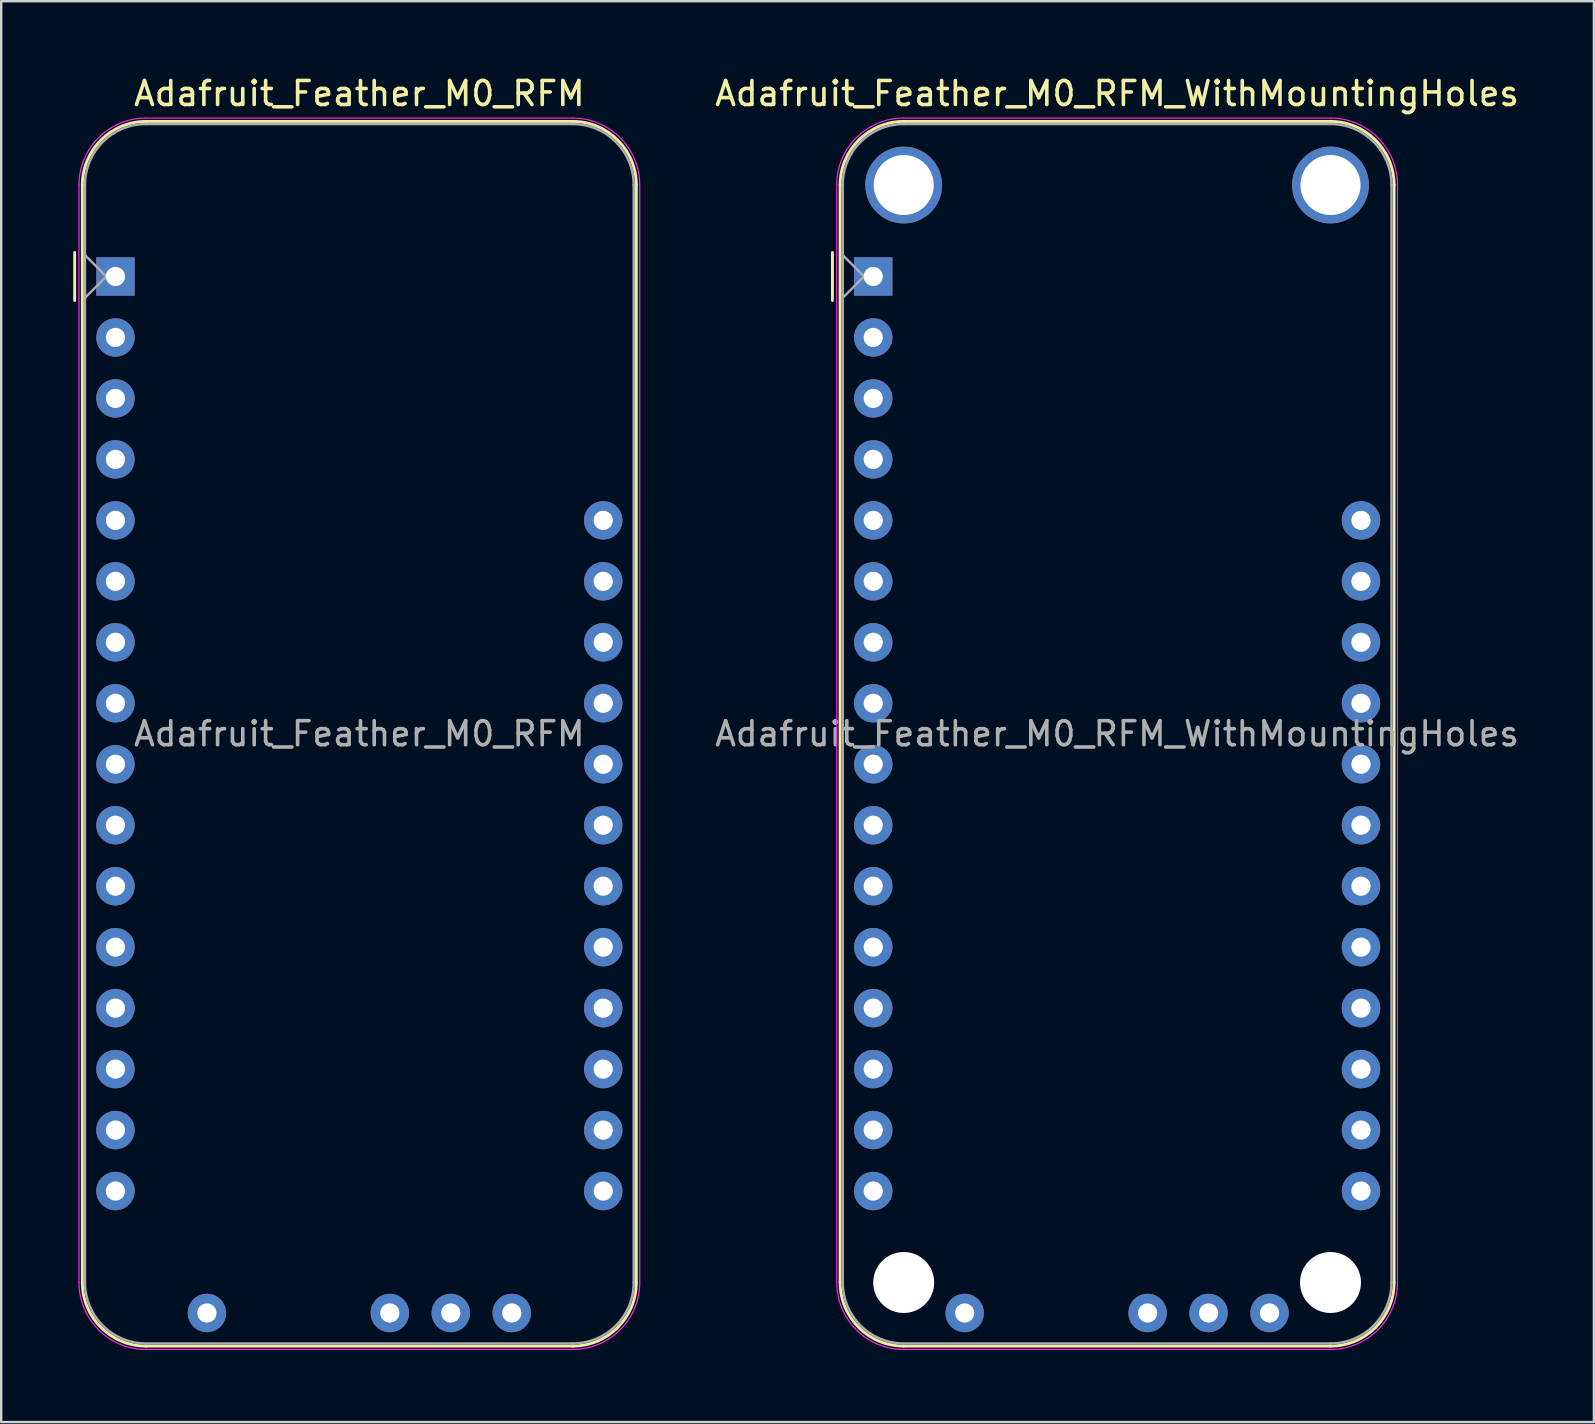
<source format=kicad_pcb>
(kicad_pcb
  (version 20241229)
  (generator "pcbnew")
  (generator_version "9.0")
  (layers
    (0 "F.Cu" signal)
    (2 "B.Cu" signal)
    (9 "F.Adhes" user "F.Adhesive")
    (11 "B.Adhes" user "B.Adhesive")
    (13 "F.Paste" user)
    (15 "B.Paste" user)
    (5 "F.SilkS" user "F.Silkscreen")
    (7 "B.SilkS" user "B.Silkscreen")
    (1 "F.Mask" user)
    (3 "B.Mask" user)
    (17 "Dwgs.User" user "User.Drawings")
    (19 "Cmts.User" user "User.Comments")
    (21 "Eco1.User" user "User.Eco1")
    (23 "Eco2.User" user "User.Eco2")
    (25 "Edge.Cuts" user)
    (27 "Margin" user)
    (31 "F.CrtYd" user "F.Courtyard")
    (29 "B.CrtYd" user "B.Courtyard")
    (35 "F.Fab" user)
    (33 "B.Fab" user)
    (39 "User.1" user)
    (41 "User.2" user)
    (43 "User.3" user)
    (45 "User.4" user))
  (footprint "Adafruit_Feather_M0_RFM"
    (layer "F.Cu")
    (at 1.76 8.468)
    (property "Reference" "Adafruit_Feather_M0_RFM" (at 10.16 -7.62 0) (layer "F.SilkS") (effects (font (size 1 1) (thickness 0.15))))
    (attr through_hole)
    (fp_line (start -1.7 1) (end -1.7 -1) (stroke (width 0.12) (type solid)) (layer "F.SilkS"))
    (fp_line (start -1.38 -3.81) (end -1.38 41.91) (stroke (width 0.12) (type solid)) (layer "F.SilkS"))
    (fp_line (start 19.05 -6.46) (end 1.27 -6.46) (stroke (width 0.12) (type solid)) (layer "F.SilkS"))
    (fp_line (start 19.05 44.56) (end 1.27 44.56) (stroke (width 0.12) (type solid)) (layer "F.SilkS"))
    (fp_line (start 21.7 -3.81) (end 21.7 41.91) (stroke (width 0.12) (type solid)) (layer "F.SilkS"))
    (fp_arc (start -1.38 -3.81) (mid -0.603833 -5.683833) (end 1.27 -6.46) (stroke (width 0.12) (type solid)) (layer "F.SilkS"))
    (fp_arc (start 1.27 44.56) (mid -0.603833 43.783833) (end -1.38 41.91) (stroke (width 0.12) (type solid)) (layer "F.SilkS"))
    (fp_arc (start 19.05 -6.46) (mid 20.923833 -5.683833) (end 21.7 -3.81) (stroke (width 0.12) (type solid)) (layer "F.SilkS"))
    (fp_arc (start 21.7 41.91) (mid 20.923833 43.783833) (end 19.05 44.56) (stroke (width 0.12) (type solid)) (layer "F.SilkS"))
    (fp_line (start -1.52 41.91) (end -1.52 -3.81) (stroke (width 0.05) (type solid)) (layer "F.CrtYd"))
    (fp_line (start 19.05 -6.6) (end 1.27 -6.6) (stroke (width 0.05) (type solid)) (layer "F.CrtYd"))
    (fp_line (start 19.05 44.7) (end 1.27 44.7) (stroke (width 0.05) (type solid)) (layer "F.CrtYd"))
    (fp_line (start 21.84 41.91) (end 21.84 -3.81) (stroke (width 0.05) (type solid)) (layer "F.CrtYd"))
    (fp_arc (start -1.52 -3.81) (mid -0.702828 -5.782828) (end 1.27 -6.6) (stroke (width 0.05) (type solid)) (layer "F.CrtYd"))
    (fp_arc (start 1.27 44.7) (mid -0.702828 43.882828) (end -1.52 41.91) (stroke (width 0.05) (type solid)) (layer "F.CrtYd"))
    (fp_arc (start 19.05 -6.6) (mid 21.022828 -5.782828) (end 21.84 -3.81) (stroke (width 0.05) (type solid)) (layer "F.CrtYd"))
    (fp_arc (start 21.84 41.91) (mid 21.022828 43.882828) (end 19.05 44.7) (stroke (width 0.05) (type solid)) (layer "F.CrtYd"))
    (fp_line (start -1.27 -3.81) (end -1.27 41.91) (stroke (width 0.1) (type solid)) (layer "F.Fab"))
    (fp_line (start -1.27 -0.889) (end -0.381 0) (stroke (width 0.1) (type solid)) (layer "F.Fab"))
    (fp_line (start -0.381 0) (end -1.27 0.889) (stroke (width 0.1) (type solid)) (layer "F.Fab"))
    (fp_line (start 1.27 44.45) (end 19.05 44.45) (stroke (width 0.1) (type solid)) (layer "F.Fab"))
    (fp_line (start 19.05 -6.35) (end 1.27 -6.35) (stroke (width 0.1) (type solid)) (layer "F.Fab"))
    (fp_line (start 21.59 41.91) (end 21.59 -3.81) (stroke (width 0.1) (type solid)) (layer "F.Fab"))
    (fp_arc (start -1.27 -3.81) (mid -0.526051 -5.606051) (end 1.27 -6.35) (stroke (width 0.1) (type solid)) (layer "F.Fab"))
    (fp_arc (start 1.221238 44.449532) (mid -0.543209 43.688728) (end -1.27 41.91) (stroke (width 0.1) (type solid)) (layer "F.Fab"))
    (fp_arc (start 19.05 -6.35) (mid 20.846051 -5.606051) (end 21.59 -3.81) (stroke (width 0.1) (type solid)) (layer "F.Fab"))
    (fp_arc (start 21.59 41.91) (mid 20.846051 43.706051) (end 19.05 44.45) (stroke (width 0.1) (type solid)) (layer "F.Fab"))
    (fp_text user "${REFERENCE}" (at 10.16 19.05 180) (layer "F.Fab") (effects (font (size 1 1) (thickness 0.15))))
    (pad "1" thru_hole rect (at 0 0 180) (size 1.6 1.6) (drill 0.8) (layers "*.Cu" "*.Mask"))
    (pad "2" thru_hole circle (at 0 2.54 180) (size 1.6 1.6) (drill 0.8) (layers "*.Cu" "*.Mask"))
    (pad "3" thru_hole circle (at 0 5.08 180) (size 1.6 1.6) (drill 0.8) (layers "*.Cu" "*.Mask"))
    (pad "4" thru_hole circle (at 0 7.62 180) (size 1.6 1.6) (drill 0.8) (layers "*.Cu" "*.Mask"))
    (pad "5" thru_hole circle (at 0 10.16 180) (size 1.6 1.6) (drill 0.8) (layers "*.Cu" "*.Mask"))
    (pad "6" thru_hole circle (at 0 12.7 180) (size 1.6 1.6) (drill 0.8) (layers "*.Cu" "*.Mask"))
    (pad "7" thru_hole circle (at 0 15.24 180) (size 1.6 1.6) (drill 0.8) (layers "*.Cu" "*.Mask"))
    (pad "8" thru_hole circle (at 0 17.78 180) (size 1.6 1.6) (drill 0.8) (layers "*.Cu" "*.Mask"))
    (pad "9" thru_hole circle (at 0 20.32 180) (size 1.6 1.6) (drill 0.8) (layers "*.Cu" "*.Mask"))
    (pad "10" thru_hole circle (at 0 22.86 180) (size 1.6 1.6) (drill 0.8) (layers "*.Cu" "*.Mask"))
    (pad "11" thru_hole circle (at 0 25.4 180) (size 1.6 1.6) (drill 0.8) (layers "*.Cu" "*.Mask"))
    (pad "12" thru_hole circle (at 0 27.94 180) (size 1.6 1.6) (drill 0.8) (layers "*.Cu" "*.Mask"))
    (pad "13" thru_hole circle (at 0 30.48 180) (size 1.6 1.6) (drill 0.8) (layers "*.Cu" "*.Mask"))
    (pad "14" thru_hole circle (at 0 33.02 180) (size 1.6 1.6) (drill 0.8) (layers "*.Cu" "*.Mask"))
    (pad "15" thru_hole circle (at 0 35.56 180) (size 1.6 1.6) (drill 0.8) (layers "*.Cu" "*.Mask"))
    (pad "16" thru_hole circle (at 0 38.1 180) (size 1.6 1.6) (drill 0.8) (layers "*.Cu" "*.Mask"))
    (pad "17" thru_hole circle (at 20.32 38.1 180) (size 1.6 1.6) (drill 0.8) (layers "*.Cu" "*.Mask"))
    (pad "18" thru_hole circle (at 20.32 35.56 180) (size 1.6 1.6) (drill 0.8) (layers "*.Cu" "*.Mask"))
    (pad "19" thru_hole circle (at 20.32 33.02 180) (size 1.6 1.6) (drill 0.8) (layers "*.Cu" "*.Mask"))
    (pad "20" thru_hole circle (at 20.32 30.48 180) (size 1.6 1.6) (drill 0.8) (layers "*.Cu" "*.Mask"))
    (pad "21" thru_hole circle (at 20.32 27.94 180) (size 1.6 1.6) (drill 0.8) (layers "*.Cu" "*.Mask"))
    (pad "22" thru_hole circle (at 20.32 25.4 180) (size 1.6 1.6) (drill 0.8) (layers "*.Cu" "*.Mask"))
    (pad "23" thru_hole circle (at 20.32 22.86 180) (size 1.6 1.6) (drill 0.8) (layers "*.Cu" "*.Mask"))
    (pad "24" thru_hole circle (at 20.32 20.32 180) (size 1.6 1.6) (drill 0.8) (layers "*.Cu" "*.Mask"))
    (pad "25" thru_hole circle (at 20.32 17.78 180) (size 1.6 1.6) (drill 0.8) (layers "*.Cu" "*.Mask"))
    (pad "26" thru_hole circle (at 20.32 15.24 180) (size 1.6 1.6) (drill 0.8) (layers "*.Cu" "*.Mask"))
    (pad "27" thru_hole circle (at 20.32 12.7 180) (size 1.6 1.6) (drill 0.8) (layers "*.Cu" "*.Mask"))
    (pad "28" thru_hole circle (at 20.32 10.16 180) (size 1.6 1.6) (drill 0.8) (layers "*.Cu" "*.Mask"))
    (pad "29" thru_hole circle (at 3.81 43.18 180) (size 1.6 1.6) (drill 0.8) (layers "*.Cu" "*.Mask"))
    (pad "30" thru_hole circle (at 11.43 43.18 180) (size 1.6 1.6) (drill 0.8) (layers "*.Cu" "*.Mask"))
    (pad "31" thru_hole circle (at 13.97 43.18 180) (size 1.6 1.6) (drill 0.8) (layers "*.Cu" "*.Mask"))
    (pad "32" thru_hole circle (at 16.51 43.18 180) (size 1.6 1.6) (drill 0.8) (layers "*.Cu" "*.Mask")))
  (footprint "Adafruit_Feather_M0_RFM_WithMountingHoles"
    (layer "F.Cu")
    (at 33.328 8.468)
    (property "Reference" "Adafruit_Feather_M0_RFM_WithMountingHoles" (at 10.16 -7.62 0) (layer "F.SilkS") (effects (font (size 1 1) (thickness 0.15))))
    (attr through_hole)
    (fp_line (start -1.7 1) (end -1.7 -1) (stroke (width 0.12) (type solid)) (layer "F.SilkS"))
    (fp_line (start -1.38 -3.81) (end -1.38 41.91) (stroke (width 0.12) (type solid)) (layer "F.SilkS"))
    (fp_line (start 19.05 -6.46) (end 1.27 -6.46) (stroke (width 0.12) (type solid)) (layer "F.SilkS"))
    (fp_line (start 19.05 44.56) (end 1.27 44.56) (stroke (width 0.12) (type solid)) (layer "F.SilkS"))
    (fp_line (start 21.7 -3.81) (end 21.7 41.91) (stroke (width 0.12) (type solid)) (layer "F.SilkS"))
    (fp_arc (start -1.38 -3.81) (mid -0.603833 -5.683833) (end 1.27 -6.46) (stroke (width 0.12) (type solid)) (layer "F.SilkS"))
    (fp_arc (start 1.27 44.56) (mid -0.603833 43.783833) (end -1.38 41.91) (stroke (width 0.12) (type solid)) (layer "F.SilkS"))
    (fp_arc (start 19.05 -6.46) (mid 20.923833 -5.683833) (end 21.7 -3.81) (stroke (width 0.12) (type solid)) (layer "F.SilkS"))
    (fp_arc (start 21.7 41.91) (mid 20.923833 43.783833) (end 19.05 44.56) (stroke (width 0.12) (type solid)) (layer "F.SilkS"))
    (fp_line (start -1.52 41.91) (end -1.52 -3.81) (stroke (width 0.05) (type solid)) (layer "F.CrtYd"))
    (fp_line (start 19.05 -6.6) (end 1.27 -6.6) (stroke (width 0.05) (type solid)) (layer "F.CrtYd"))
    (fp_line (start 19.05 44.7) (end 1.27 44.7) (stroke (width 0.05) (type solid)) (layer "F.CrtYd"))
    (fp_line (start 21.84 41.91) (end 21.84 -3.81) (stroke (width 0.05) (type solid)) (layer "F.CrtYd"))
    (fp_arc (start -1.52 -3.81) (mid -0.702828 -5.782828) (end 1.27 -6.6) (stroke (width 0.05) (type solid)) (layer "F.CrtYd"))
    (fp_arc (start 1.27 44.7) (mid -0.702828 43.882828) (end -1.52 41.91) (stroke (width 0.05) (type solid)) (layer "F.CrtYd"))
    (fp_arc (start 19.05 -6.6) (mid 21.022828 -5.782828) (end 21.84 -3.81) (stroke (width 0.05) (type solid)) (layer "F.CrtYd"))
    (fp_arc (start 21.84 41.91) (mid 21.022828 43.882828) (end 19.05 44.7) (stroke (width 0.05) (type solid)) (layer "F.CrtYd"))
    (fp_line (start -1.27 -3.81) (end -1.27 41.91) (stroke (width 0.1) (type solid)) (layer "F.Fab"))
    (fp_line (start -1.27 -0.889) (end -0.381 0) (stroke (width 0.1) (type solid)) (layer "F.Fab"))
    (fp_line (start -0.381 0) (end -1.27 0.889) (stroke (width 0.1) (type solid)) (layer "F.Fab"))
    (fp_line (start 1.27 44.45) (end 19.05 44.45) (stroke (width 0.1) (type solid)) (layer "F.Fab"))
    (fp_line (start 19.05 -6.35) (end 1.27 -6.35) (stroke (width 0.1) (type solid)) (layer "F.Fab"))
    (fp_line (start 21.59 41.91) (end 21.59 -3.81) (stroke (width 0.1) (type solid)) (layer "F.Fab"))
    (fp_arc (start -1.27 -3.81) (mid -0.526051 -5.606051) (end 1.27 -6.35) (stroke (width 0.1) (type solid)) (layer "F.Fab"))
    (fp_arc (start 1.221238 44.449532) (mid -0.543209 43.688728) (end -1.27 41.91) (stroke (width 0.1) (type solid)) (layer "F.Fab"))
    (fp_arc (start 19.05 -6.35) (mid 20.846051 -5.606051) (end 21.59 -3.81) (stroke (width 0.1) (type solid)) (layer "F.Fab"))
    (fp_arc (start 21.59 41.91) (mid 20.846051 43.706051) (end 19.05 44.45) (stroke (width 0.1) (type solid)) (layer "F.Fab"))
    (fp_text user "${REFERENCE}" (at 10.16 19.05 180) (layer "F.Fab") (effects (font (size 1 1) (thickness 0.15))))
    (pad "" np_thru_hole circle (at 1.27 -3.81 270) (size 3.2 3.2) (drill 2.5) (layers "*.Cu" "*.Mask"))
    (pad "" np_thru_hole circle (at 1.27 41.91 270) (size 2.54 2.54) (drill 2.54) (layers "*.Cu" "*.Mask"))
    (pad "" np_thru_hole circle (at 19.05 -3.81 270) (size 3.2 3.2) (drill 2.5) (layers "*.Cu" "*.Mask"))
    (pad "" np_thru_hole circle (at 19.05 41.91 270) (size 2.54 2.54) (drill 2.54) (layers "*.Cu" "*.Mask"))
    (pad "1" thru_hole rect (at 0 0 180) (size 1.6 1.6) (drill 0.8) (layers "*.Cu" "*.Mask"))
    (pad "2" thru_hole circle (at 0 2.54 180) (size 1.6 1.6) (drill 0.8) (layers "*.Cu" "*.Mask"))
    (pad "3" thru_hole circle (at 0 5.08 180) (size 1.6 1.6) (drill 0.8) (layers "*.Cu" "*.Mask"))
    (pad "4" thru_hole circle (at 0 7.62 180) (size 1.6 1.6) (drill 0.8) (layers "*.Cu" "*.Mask"))
    (pad "5" thru_hole circle (at 0 10.16 180) (size 1.6 1.6) (drill 0.8) (layers "*.Cu" "*.Mask"))
    (pad "6" thru_hole circle (at 0 12.7 180) (size 1.6 1.6) (drill 0.8) (layers "*.Cu" "*.Mask"))
    (pad "7" thru_hole circle (at 0 15.24 180) (size 1.6 1.6) (drill 0.8) (layers "*.Cu" "*.Mask"))
    (pad "8" thru_hole circle (at 0 17.78 180) (size 1.6 1.6) (drill 0.8) (layers "*.Cu" "*.Mask"))
    (pad "9" thru_hole circle (at 0 20.32 180) (size 1.6 1.6) (drill 0.8) (layers "*.Cu" "*.Mask"))
    (pad "10" thru_hole circle (at 0 22.86 180) (size 1.6 1.6) (drill 0.8) (layers "*.Cu" "*.Mask"))
    (pad "11" thru_hole circle (at 0 25.4 180) (size 1.6 1.6) (drill 0.8) (layers "*.Cu" "*.Mask"))
    (pad "12" thru_hole circle (at 0 27.94 180) (size 1.6 1.6) (drill 0.8) (layers "*.Cu" "*.Mask"))
    (pad "13" thru_hole circle (at 0 30.48 180) (size 1.6 1.6) (drill 0.8) (layers "*.Cu" "*.Mask"))
    (pad "14" thru_hole circle (at 0 33.02 180) (size 1.6 1.6) (drill 0.8) (layers "*.Cu" "*.Mask"))
    (pad "15" thru_hole circle (at 0 35.56 180) (size 1.6 1.6) (drill 0.8) (layers "*.Cu" "*.Mask"))
    (pad "16" thru_hole circle (at 0 38.1 180) (size 1.6 1.6) (drill 0.8) (layers "*.Cu" "*.Mask"))
    (pad "17" thru_hole circle (at 20.32 38.1 180) (size 1.6 1.6) (drill 0.8) (layers "*.Cu" "*.Mask"))
    (pad "18" thru_hole circle (at 20.32 35.56 180) (size 1.6 1.6) (drill 0.8) (layers "*.Cu" "*.Mask"))
    (pad "19" thru_hole circle (at 20.32 33.02 180) (size 1.6 1.6) (drill 0.8) (layers "*.Cu" "*.Mask"))
    (pad "20" thru_hole circle (at 20.32 30.48 180) (size 1.6 1.6) (drill 0.8) (layers "*.Cu" "*.Mask"))
    (pad "21" thru_hole circle (at 20.32 27.94 180) (size 1.6 1.6) (drill 0.8) (layers "*.Cu" "*.Mask"))
    (pad "22" thru_hole circle (at 20.32 25.4 180) (size 1.6 1.6) (drill 0.8) (layers "*.Cu" "*.Mask"))
    (pad "23" thru_hole circle (at 20.32 22.86 180) (size 1.6 1.6) (drill 0.8) (layers "*.Cu" "*.Mask"))
    (pad "24" thru_hole circle (at 20.32 20.32 180) (size 1.6 1.6) (drill 0.8) (layers "*.Cu" "*.Mask"))
    (pad "25" thru_hole circle (at 20.32 17.78 180) (size 1.6 1.6) (drill 0.8) (layers "*.Cu" "*.Mask"))
    (pad "26" thru_hole circle (at 20.32 15.24 180) (size 1.6 1.6) (drill 0.8) (layers "*.Cu" "*.Mask"))
    (pad "27" thru_hole circle (at 20.32 12.7 180) (size 1.6 1.6) (drill 0.8) (layers "*.Cu" "*.Mask"))
    (pad "28" thru_hole circle (at 20.32 10.16 180) (size 1.6 1.6) (drill 0.8) (layers "*.Cu" "*.Mask"))
    (pad "29" thru_hole circle (at 3.81 43.18 180) (size 1.6 1.6) (drill 0.8) (layers "*.Cu" "*.Mask"))
    (pad "30" thru_hole circle (at 11.43 43.18 180) (size 1.6 1.6) (drill 0.8) (layers "*.Cu" "*.Mask"))
    (pad "31" thru_hole circle (at 13.97 43.18 180) (size 1.6 1.6) (drill 0.8) (layers "*.Cu" "*.Mask"))
    (pad "32" thru_hole circle (at 16.51 43.18 180) (size 1.6 1.6) (drill 0.8) (layers "*.Cu" "*.Mask")))
  (gr_rect
    (start -3 -3)
    (end 63.351 56.193)
    (stroke (width 0.1) (type default))
    (fill no)
    (layer "Edge.Cuts")))
</source>
